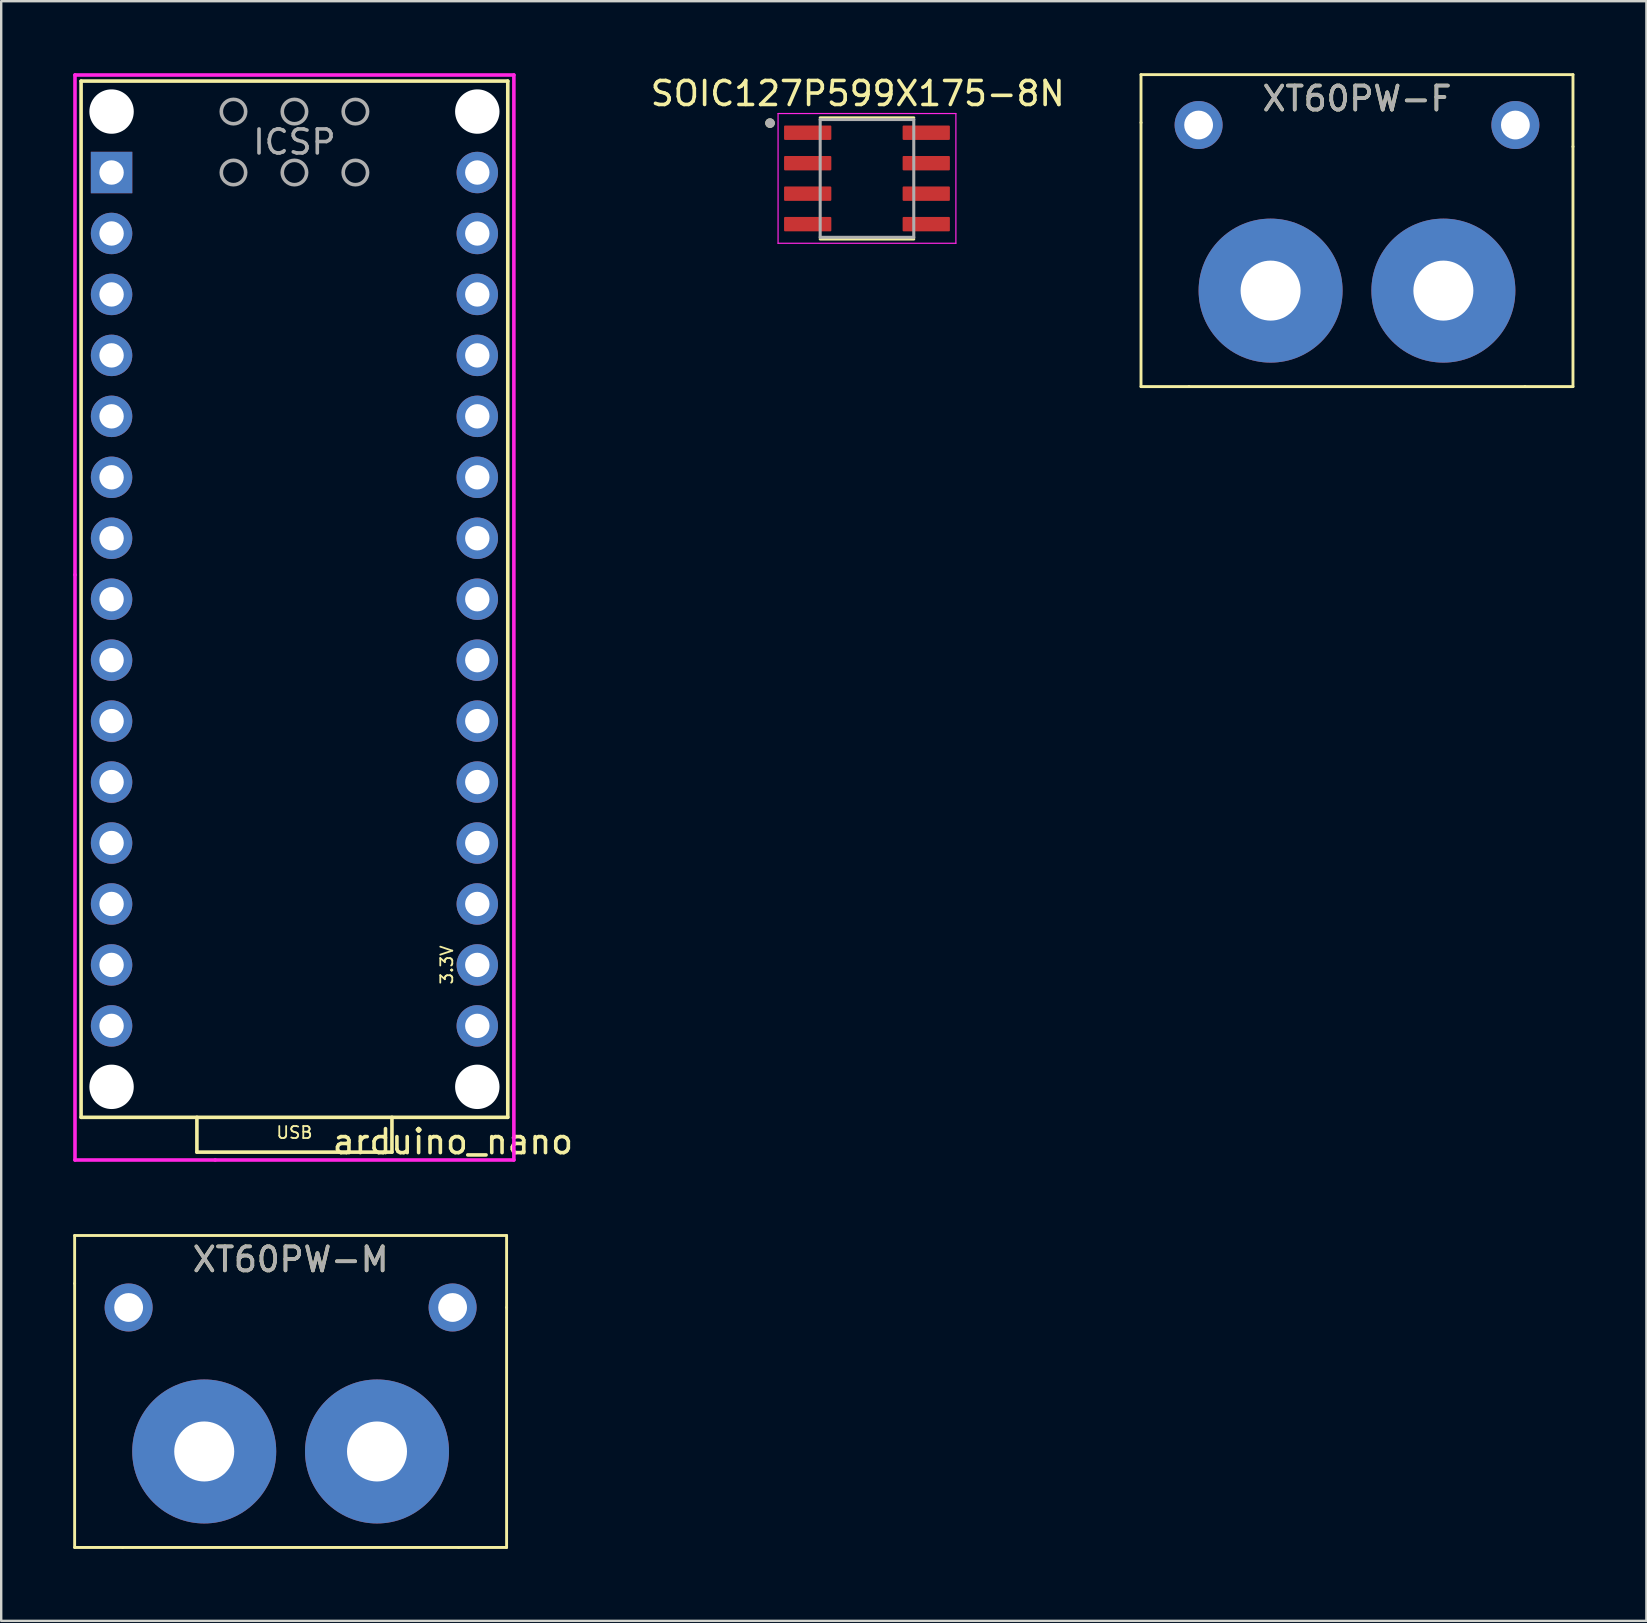
<source format=kicad_pcb>
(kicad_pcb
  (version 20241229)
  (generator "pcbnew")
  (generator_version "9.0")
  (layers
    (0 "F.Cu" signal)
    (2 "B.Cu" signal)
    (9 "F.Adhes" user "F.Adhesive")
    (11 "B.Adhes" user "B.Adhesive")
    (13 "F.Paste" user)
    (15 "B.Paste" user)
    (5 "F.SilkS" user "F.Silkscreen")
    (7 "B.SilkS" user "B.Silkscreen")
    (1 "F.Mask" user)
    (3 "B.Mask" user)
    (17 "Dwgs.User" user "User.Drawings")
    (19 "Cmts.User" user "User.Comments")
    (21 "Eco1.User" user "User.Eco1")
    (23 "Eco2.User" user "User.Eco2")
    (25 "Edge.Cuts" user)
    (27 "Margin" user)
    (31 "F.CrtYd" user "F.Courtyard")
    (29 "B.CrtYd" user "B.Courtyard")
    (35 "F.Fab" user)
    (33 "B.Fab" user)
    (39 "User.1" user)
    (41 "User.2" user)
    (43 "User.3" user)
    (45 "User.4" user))
  (footprint "SOIC127P599X175-8N"
    (layer "F.Cu")
    (at 33.077 4.385)
    (property "Reference" "SOIC127P599X175-8N" (at -0.385 -3.537 0) (layer "F.SilkS") (effects (font (size 1 1) (thickness 0.15))))
    (attr through_hole)
    (fp_line (start -1.95 -2.525) (end 1.95 -2.525) (stroke (width 0.127) (type solid)) (layer "F.SilkS"))
    (fp_line (start -1.95 2.525) (end 1.95 2.525) (stroke (width 0.127) (type solid)) (layer "F.SilkS"))
    (fp_circle (center -4.04 -2.305) (end -3.94 -2.305) (stroke (width 0.2) (type solid)) (fill no) (layer "F.SilkS"))
    (fp_line (start -3.705 -2.703) (end -3.705 2.703) (stroke (width 0.05) (type solid)) (layer "F.CrtYd"))
    (fp_line (start -3.705 -2.703) (end 3.705 -2.703) (stroke (width 0.05) (type solid)) (layer "F.CrtYd"))
    (fp_line (start -3.705 2.703) (end 3.705 2.703) (stroke (width 0.05) (type solid)) (layer "F.CrtYd"))
    (fp_line (start 3.705 -2.703) (end 3.705 2.703) (stroke (width 0.05) (type solid)) (layer "F.CrtYd"))
    (fp_line (start -1.95 -2.453) (end -1.95 2.453) (stroke (width 0.127) (type solid)) (layer "F.Fab"))
    (fp_line (start -1.95 -2.453) (end 1.95 -2.453) (stroke (width 0.127) (type solid)) (layer "F.Fab"))
    (fp_line (start -1.95 2.453) (end 1.95 2.453) (stroke (width 0.127) (type solid)) (layer "F.Fab"))
    (fp_line (start 1.95 -2.453) (end 1.95 2.453) (stroke (width 0.127) (type solid)) (layer "F.Fab"))
    (fp_circle (center -4.04 -2.305) (end -3.94 -2.305) (stroke (width 0.2) (type solid)) (fill no) (layer "F.Fab"))
    (pad "1" smd roundrect (at -2.47 -1.905) (size 1.97 0.6) (layers "F.Cu" "F.Mask" "F.Paste") (roundrect_rratio 0.07))
    (pad "2" smd roundrect (at -2.47 -0.635) (size 1.97 0.6) (layers "F.Cu" "F.Mask" "F.Paste") (roundrect_rratio 0.07))
    (pad "3" smd roundrect (at -2.47 0.635) (size 1.97 0.6) (layers "F.Cu" "F.Mask" "F.Paste") (roundrect_rratio 0.07))
    (pad "4" smd roundrect (at -2.47 1.905) (size 1.97 0.6) (layers "F.Cu" "F.Mask" "F.Paste") (roundrect_rratio 0.07))
    (pad "5" smd roundrect (at 2.47 1.905) (size 1.97 0.6) (layers "F.Cu" "F.Mask" "F.Paste") (roundrect_rratio 0.07))
    (pad "6" smd roundrect (at 2.47 0.635) (size 1.97 0.6) (layers "F.Cu" "F.Mask" "F.Paste") (roundrect_rratio 0.07))
    (pad "7" smd roundrect (at 2.47 -0.635) (size 1.97 0.6) (layers "F.Cu" "F.Mask" "F.Paste") (roundrect_rratio 0.07))
    (pad "8" smd roundrect (at 2.47 -1.905) (size 1.97 0.6) (layers "F.Cu" "F.Mask" "F.Paste") (roundrect_rratio 0.07)))
  (footprint "XT60PW-M"
    (layer "F.Cu")
    (at 9.06 57.433)
    (property "Reference" "XT60PW-M" (at 0 -8 0) (unlocked yes) (layer "F.SilkS") (effects (font (size 1 1) (thickness 0.15))))
    (attr through_hole)
    (fp_line (start -9 -9) (end -9 -7) (stroke (width 0.12) (type solid)) (layer "F.SilkS"))
    (fp_line (start -9 -7) (end -9 4) (stroke (width 0.12) (type solid)) (layer "F.SilkS"))
    (fp_line (start -9 4) (end -7 4) (stroke (width 0.12) (type solid)) (layer "F.SilkS"))
    (fp_line (start 7 4) (end -7 4) (stroke (width 0.12) (type solid)) (layer "F.SilkS"))
    (fp_line (start 9 -9) (end -9 -9) (stroke (width 0.12) (type solid)) (layer "F.SilkS"))
    (fp_line (start 9 -6) (end 9 -9) (stroke (width 0.12) (type solid)) (layer "F.SilkS"))
    (fp_line (start 9 -6) (end 9 4) (stroke (width 0.12) (type solid)) (layer "F.SilkS"))
    (fp_line (start 9 4) (end 7 4) (stroke (width 0.12) (type solid)) (layer "F.SilkS"))
    (fp_text user "${REFERENCE}" (at 0 -8 0) (unlocked yes) (layer "F.Fab") (effects (font (size 1 1) (thickness 0.15))))
    (pad "1" thru_hole circle (at -3.6 0) (size 6 6) (drill 2.5) (layers "*.Cu" "*.Mask"))
    (pad "2" thru_hole circle (at 3.6 0) (size 6 6) (drill 2.5) (layers "*.Cu" "*.Mask"))
    (pad "3" thru_hole circle (at -6.75 -6) (size 2 2) (drill 1.2) (layers "*.Cu" "*.Mask"))
    (pad "4" thru_hole circle (at 6.75 -6) (size 2 2) (drill 1.2) (layers "*.Cu" "*.Mask")))
  (footprint "arduino_nano"
    (layer "F.Cu")
    (at 9.219 43.509)
    (property "Reference" "arduino_nano" (at 6.604 1.016 0) (layer "F.SilkS") (effects (font (size 1 1) (thickness 0.15))))
    (attr through_hole)
    (fp_line (start -8.89 -43.18) (end -8.89 0) (stroke (width 0.15) (type solid)) (layer "F.SilkS"))
    (fp_line (start -8.89 -43.18) (end 8.89 -43.18) (stroke (width 0.15) (type solid)) (layer "F.SilkS"))
    (fp_line (start -8.89 0) (end 8.89 0) (stroke (width 0.15) (type solid)) (layer "F.SilkS"))
    (fp_line (start -4.064 0) (end -4.064 1.45) (stroke (width 0.15) (type solid)) (layer "F.SilkS"))
    (fp_line (start -4.064 1.45) (end 4.064 1.45) (stroke (width 0.15) (type solid)) (layer "F.SilkS"))
    (fp_line (start 4.064 1.45) (end 4.064 0) (stroke (width 0.15) (type solid)) (layer "F.SilkS"))
    (fp_line (start 8.89 -43.18) (end 8.89 0) (stroke (width 0.15) (type solid)) (layer "F.SilkS"))
    (fp_line (start -9.144 -43.434) (end 9.144 -43.434) (stroke (width 0.15) (type solid)) (layer "F.CrtYd"))
    (fp_line (start -9.144 -22.606) (end -9.144 -43.434) (stroke (width 0.15) (type solid)) (layer "F.CrtYd"))
    (fp_line (start -9.144 1.778) (end -9.144 -22.606) (stroke (width 0.15) (type solid)) (layer "F.CrtYd"))
    (fp_line (start -3.302 1.778) (end -9.144 1.778) (stroke (width 0.15) (type solid)) (layer "F.CrtYd"))
    (fp_line (start 9.144 -43.434) (end 9.144 1.778) (stroke (width 0.15) (type solid)) (layer "F.CrtYd"))
    (fp_line (start 9.144 1.778) (end -3.302 1.778) (stroke (width 0.15) (type solid)) (layer "F.CrtYd"))
    (fp_circle (center -2.54 -41.91) (end -2.032 -41.91) (stroke (width 0.15) (type solid)) (fill no) (layer "F.Fab"))
    (fp_circle (center -2.54 -39.37) (end -2.032 -39.37) (stroke (width 0.15) (type solid)) (fill no) (layer "F.Fab"))
    (fp_circle (center 0 -41.91) (end 0.508 -41.91) (stroke (width 0.15) (type solid)) (fill no) (layer "F.Fab"))
    (fp_circle (center 0 -39.37) (end 0.508 -39.37) (stroke (width 0.15) (type solid)) (fill no) (layer "F.Fab"))
    (fp_circle (center 2.54 -41.91) (end 3.048 -41.91) (stroke (width 0.15) (type solid)) (fill no) (layer "F.Fab"))
    (fp_circle (center 2.54 -39.37) (end 3.048 -39.37) (stroke (width 0.15) (type solid)) (fill no) (layer "F.Fab"))
    (fp_text user "3.3V" (at 6.35 -6.35 90) (layer "F.SilkS") (effects (font (size 0.5 0.5) (thickness 0.075))))
    (fp_text user "USB" (at 0 0.635 0) (layer "F.SilkS") (effects (font (size 0.5 0.5) (thickness 0.075))))
    (fp_text user "ICSP" (at 0 -40.64 0) (layer "F.Fab") (effects (font (size 1 1) (thickness 0.15))))
    (pad "" np_thru_hole circle (at -7.62 -41.91) (size 1.85 1.85) (drill 1.85) (layers "*.Cu" "*.Mask"))
    (pad "" np_thru_hole circle (at -7.62 -1.27) (size 1.85 1.85) (drill 1.85) (layers "*.Cu" "*.Mask"))
    (pad "" np_thru_hole circle (at 7.62 -41.91) (size 1.85 1.85) (drill 1.85) (layers "*.Cu" "*.Mask"))
    (pad "" np_thru_hole circle (at 7.62 -1.27) (size 1.85 1.85) (drill 1.85) (layers "*.Cu" "*.Mask"))
    (pad "3V3" thru_hole circle (at 7.62 -6.35) (size 1.727 1.727) (drill 1.016) (layers "*.Cu" "*.Mask"))
    (pad "5V" thru_hole circle (at 7.62 -31.75) (size 1.727 1.727) (drill 1.016) (layers "*.Cu" "*.Mask"))
    (pad "A0" thru_hole circle (at 7.62 -11.43) (size 1.727 1.727) (drill 1.016) (layers "*.Cu" "*.Mask"))
    (pad "A1" thru_hole circle (at 7.62 -13.97) (size 1.727 1.727) (drill 1.016) (layers "*.Cu" "*.Mask"))
    (pad "A2" thru_hole circle (at 7.62 -16.51) (size 1.727 1.727) (drill 1.016) (layers "*.Cu" "*.Mask"))
    (pad "A3" thru_hole circle (at 7.62 -19.05) (size 1.727 1.727) (drill 1.016) (layers "*.Cu" "*.Mask"))
    (pad "A4" thru_hole circle (at 7.62 -21.59) (size 1.727 1.727) (drill 1.016) (layers "*.Cu" "*.Mask"))
    (pad "A5" thru_hole circle (at 7.62 -24.13) (size 1.727 1.727) (drill 1.016) (layers "*.Cu" "*.Mask"))
    (pad "A6" thru_hole circle (at 7.62 -26.67) (size 1.727 1.727) (drill 1.016) (layers "*.Cu" "*.Mask"))
    (pad "A7" thru_hole circle (at 7.62 -29.21) (size 1.727 1.727) (drill 1.016) (layers "*.Cu" "*.Mask"))
    (pad "AREF" thru_hole circle (at 7.62 -8.89) (size 1.727 1.727) (drill 1.016) (layers "*.Cu" "*.Mask"))
    (pad "D0" thru_hole circle (at -7.62 -36.83) (size 1.727 1.727) (drill 1.016) (layers "*.Cu" "*.Mask"))
    (pad "D1" thru_hole rect (at -7.62 -39.37) (size 1.727 1.727) (drill 1.016) (layers "*.Cu" "*.Mask"))
    (pad "D2" thru_hole circle (at -7.62 -29.21) (size 1.727 1.727) (drill 1.016) (layers "*.Cu" "*.Mask"))
    (pad "D3" thru_hole circle (at -7.62 -26.67) (size 1.727 1.727) (drill 1.016) (layers "*.Cu" "*.Mask"))
    (pad "D4" thru_hole circle (at -7.62 -24.13) (size 1.727 1.727) (drill 1.016) (layers "*.Cu" "*.Mask"))
    (pad "D5" thru_hole circle (at -7.62 -21.59) (size 1.727 1.727) (drill 1.016) (layers "*.Cu" "*.Mask"))
    (pad "D6" thru_hole circle (at -7.62 -19.05) (size 1.727 1.727) (drill 1.016) (layers "*.Cu" "*.Mask"))
    (pad "D7" thru_hole circle (at -7.62 -16.51) (size 1.727 1.727) (drill 1.016) (layers "*.Cu" "*.Mask"))
    (pad "D8" thru_hole circle (at -7.62 -13.97) (size 1.727 1.727) (drill 1.016) (layers "*.Cu" "*.Mask"))
    (pad "D9" thru_hole circle (at -7.62 -11.43) (size 1.727 1.727) (drill 1.016) (layers "*.Cu" "*.Mask"))
    (pad "D10" thru_hole circle (at -7.62 -8.89) (size 1.727 1.727) (drill 1.016) (layers "*.Cu" "*.Mask"))
    (pad "D11" thru_hole circle (at -7.62 -6.35) (size 1.727 1.727) (drill 1.016) (layers "*.Cu" "*.Mask"))
    (pad "D12" thru_hole circle (at -7.62 -3.81) (size 1.727 1.727) (drill 1.016) (layers "*.Cu" "*.Mask"))
    (pad "D13" thru_hole circle (at 7.62 -3.81) (size 1.727 1.727) (drill 1.016) (layers "*.Cu" "*.Mask"))
    (pad "GND1" thru_hole circle (at -7.62 -31.75) (size 1.727 1.727) (drill 1.016) (layers "*.Cu" "*.Mask"))
    (pad "GND2" thru_hole circle (at 7.62 -36.83) (size 1.727 1.727) (drill 1.016) (layers "*.Cu" "*.Mask"))
    (pad "RST1" thru_hole circle (at -7.62 -34.29) (size 1.727 1.727) (drill 1.016) (layers "*.Cu" "*.Mask"))
    (pad "RST2" thru_hole circle (at 7.62 -34.29) (size 1.727 1.727) (drill 1.016) (layers "*.Cu" "*.Mask"))
    (pad "VIN" thru_hole circle (at 7.62 -39.37) (size 1.727 1.727) (drill 1.016) (layers "*.Cu" "*.Mask")))
  (footprint "XT60PW-F"
    (layer "F.Cu")
    (at 53.496 9.06)
    (property "Reference" "XT60PW-F" (at 0 -8 0) (unlocked yes) (layer "F.SilkS") (effects (font (size 1 1) (thickness 0.15))))
    (attr through_hole)
    (fp_line (start -9 -9) (end -9 -7) (stroke (width 0.12) (type solid)) (layer "F.SilkS"))
    (fp_line (start -9 -7) (end -9 4) (stroke (width 0.12) (type solid)) (layer "F.SilkS"))
    (fp_line (start -9 4) (end -7 4) (stroke (width 0.12) (type solid)) (layer "F.SilkS"))
    (fp_line (start 7 4) (end -7 4) (stroke (width 0.12) (type solid)) (layer "F.SilkS"))
    (fp_line (start 9 -9) (end -9 -9) (stroke (width 0.12) (type solid)) (layer "F.SilkS"))
    (fp_line (start 9 -6) (end 9 -9) (stroke (width 0.12) (type solid)) (layer "F.SilkS"))
    (fp_line (start 9 -6) (end 9 4) (stroke (width 0.12) (type solid)) (layer "F.SilkS"))
    (fp_line (start 9 4) (end 7 4) (stroke (width 0.12) (type solid)) (layer "F.SilkS"))
    (fp_text user "${REFERENCE}" (at 0 -8 0) (unlocked yes) (layer "F.Fab") (effects (font (size 1 1) (thickness 0.15))))
    (pad "1" thru_hole circle (at -3.6 0) (size 6 6) (drill 2.5) (layers "*.Cu" "*.Mask"))
    (pad "2" thru_hole circle (at 3.6 0) (size 6 6) (drill 2.5) (layers "*.Cu" "*.Mask"))
    (pad "3" thru_hole circle (at -6.6 -6.9) (size 2 2) (drill 1.2) (layers "*.Cu" "*.Mask"))
    (pad "4" thru_hole circle (at 6.6 -6.9) (size 2 2) (drill 1.2) (layers "*.Cu" "*.Mask")))
  (gr_rect
    (start -3 -3)
    (end 65.556 64.493)
    (stroke (width 0.1) (type default))
    (fill no)
    (layer "Edge.Cuts")))
</source>
